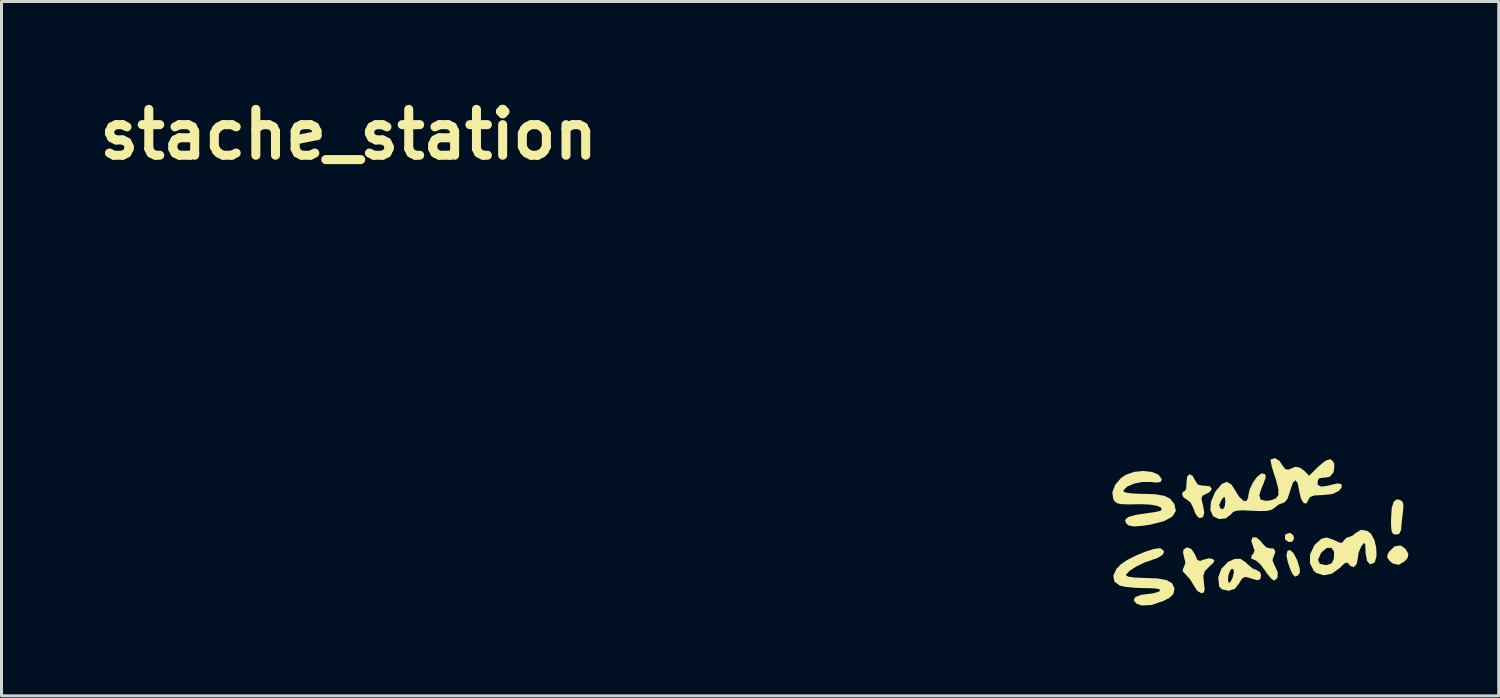
<source format=kicad_pcb>
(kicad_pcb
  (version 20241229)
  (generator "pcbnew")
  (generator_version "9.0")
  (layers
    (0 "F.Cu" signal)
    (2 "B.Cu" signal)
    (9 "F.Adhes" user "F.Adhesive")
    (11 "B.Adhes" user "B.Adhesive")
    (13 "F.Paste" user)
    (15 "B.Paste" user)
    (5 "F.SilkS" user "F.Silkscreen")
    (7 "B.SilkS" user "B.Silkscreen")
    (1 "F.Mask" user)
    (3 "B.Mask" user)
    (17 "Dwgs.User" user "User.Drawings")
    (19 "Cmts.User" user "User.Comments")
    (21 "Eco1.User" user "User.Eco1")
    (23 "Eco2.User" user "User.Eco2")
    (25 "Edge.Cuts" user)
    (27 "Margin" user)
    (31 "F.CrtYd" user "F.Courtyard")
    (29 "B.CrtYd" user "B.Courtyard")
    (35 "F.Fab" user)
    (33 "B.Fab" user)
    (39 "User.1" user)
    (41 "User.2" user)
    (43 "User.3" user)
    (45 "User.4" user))
  (footprint "stache_station"
    (layer "F.Cu")
    (at 8.534 1.418)
    (property "Reference" "stache_station" (at 0 0 0) (layer "F.SilkS") (effects (font (size 1.524 1.524) (thickness 0.3))))
    (attr board_only exclude_from_pos_files exclude_from_bom)
    (fp_poly (pts (xy 31.382 13.314) (xy 31.411 13.425) (xy 31.351 13.526) (xy 31.223 13.538) (xy 31.11 13.455) (xy 31.109 13.321) (xy 31.14 13.276) (xy 31.272 13.232)) (stroke (width 0) (type solid)) (fill yes) (layer "F.SilkS"))
    (fp_poly (pts (xy 35.11 13.765) (xy 35.208 13.937) (xy 35.182 14.068) (xy 35.088 14.176) (xy 34.886 14.298) (xy 34.685 14.252) (xy 34.589 14.172) (xy 34.499 14.048) (xy 34.53 13.921) (xy 34.571 13.854) (xy 34.751 13.683) (xy 34.946 13.652)) (stroke (width 0) (type solid)) (fill yes) (layer "F.SilkS"))
    (fp_poly (pts (xy 31.393 13.913) (xy 31.503 14.121) (xy 31.524 14.177) (xy 31.596 14.416) (xy 31.603 14.553) (xy 31.546 14.64) (xy 31.532 14.653) (xy 31.441 14.69) (xy 31.36 14.61) (xy 31.284 14.449) (xy 31.2 14.204) (xy 31.158 13.997) (xy 31.157 13.973) (xy 31.193 13.824) (xy 31.28 13.809)) (stroke (width 0) (type solid)) (fill yes) (layer "F.SilkS"))
    (fp_poly (pts (xy 34.928 12.139) (xy 35.016 12.204) (xy 35.044 12.336) (xy 35.021 12.585) (xy 35.021 12.586) (xy 34.988 12.858) (xy 34.969 13.08) (xy 34.967 13.135) (xy 34.902 13.268) (xy 34.798 13.293) (xy 34.702 13.273) (xy 34.651 13.19) (xy 34.632 13.002) (xy 34.63 12.806) (xy 34.651 12.429) (xy 34.714 12.205) (xy 34.824 12.122)) (stroke (width 0) (type solid)) (fill yes) (layer "F.SilkS"))
    (fp_poly (pts (xy 30.303 13.51) (xy 30.357 13.584) (xy 30.488 13.719) (xy 30.605 13.747) (xy 30.735 13.758) (xy 30.789 13.867) (xy 30.736 14.01) (xy 30.688 14.137) (xy 30.756 14.307) (xy 30.78 14.345) (xy 30.866 14.55) (xy 30.86 14.724) (xy 30.767 14.814) (xy 30.738 14.817) (xy 30.645 14.751) (xy 30.509 14.584) (xy 30.438 14.478) (xy 30.286 14.277) (xy 30.147 14.156) (xy 30.098 14.139) (xy 29.985 14.088) (xy 29.998 13.98) (xy 30.057 13.928) (xy 30.096 13.815) (xy 30.057 13.716) (xy 29.987 13.502) (xy 30.03 13.386) (xy 30.147 13.383)) (stroke (width 0) (type solid)) (fill yes) (layer "F.SilkS"))
    (fp_poly (pts (xy 27.995 13.77) (xy 28.112 13.942) (xy 28.122 13.969) (xy 28.198 14.137) (xy 28.287 14.17) (xy 28.378 14.132) (xy 28.574 14.082) (xy 28.687 14.097) (xy 28.763 14.148) (xy 28.727 14.23) (xy 28.595 14.354) (xy 28.444 14.509) (xy 28.394 14.667) (xy 28.415 14.899) (xy 28.439 15.12) (xy 28.408 15.219) (xy 28.33 15.24) (xy 28.2 15.169) (xy 28.091 15.007) (xy 27.956 14.782) (xy 27.818 14.631) (xy 27.704 14.503) (xy 27.73 14.401) (xy 27.743 14.387) (xy 27.8 14.226) (xy 27.764 14.079) (xy 27.721 13.896) (xy 27.733 13.794) (xy 27.853 13.714)) (stroke (width 0) (type solid)) (fill yes) (layer "F.SilkS"))
    (fp_poly (pts (xy 28.037 11.339) (xy 28.108 11.469) (xy 28.211 11.633) (xy 28.381 11.669) (xy 28.417 11.666) (xy 28.61 11.687) (xy 28.677 11.774) (xy 28.601 11.883) (xy 28.504 11.933) (xy 28.369 12) (xy 28.332 12.096) (xy 28.374 12.282) (xy 28.385 12.317) (xy 28.426 12.561) (xy 28.387 12.712) (xy 28.279 12.743) (xy 28.221 12.717) (xy 28.13 12.596) (xy 28.062 12.413) (xy 27.969 12.224) (xy 27.843 12.129) (xy 27.728 12.051) (xy 27.684 11.939) (xy 27.731 11.86) (xy 27.771 11.853) (xy 27.823 11.78) (xy 27.836 11.602) (xy 27.834 11.587) (xy 27.854 11.373) (xy 27.933 11.286)) (stroke (width 0) (type solid)) (fill yes) (layer "F.SilkS"))
    (fp_poly (pts (xy 29.798 14.21) (xy 29.849 14.263) (xy 30.02 14.409) (xy 30.17 14.477) (xy 30.18 14.478) (xy 30.287 14.549) (xy 30.311 14.647) (xy 30.286 14.777) (xy 30.187 14.809) (xy 29.98 14.751) (xy 29.936 14.734) (xy 29.778 14.697) (xy 29.674 14.762) (xy 29.59 14.904) (xy 29.446 15.093) (xy 29.252 15.155) (xy 29.217 15.155) (xy 29.012 15.111) (xy 28.923 15.021) (xy 28.898 14.8) (xy 29.212 14.8) (xy 29.24 14.896) (xy 29.255 14.901) (xy 29.316 14.833) (xy 29.372 14.711) (xy 29.41 14.538) (xy 29.389 14.435) (xy 29.324 14.441) (xy 29.285 14.49) (xy 29.229 14.639) (xy 29.212 14.8) (xy 28.898 14.8) (xy 28.889 14.72) (xy 28.993 14.431) (xy 29.207 14.204) (xy 29.428 14.103) (xy 29.623 14.097)) (stroke (width 0) (type solid)) (fill yes) (layer "F.SilkS"))
    (fp_poly (pts (xy 26.98 13.752) (xy 27.091 13.843) (xy 27.055 13.955) (xy 26.887 14.065) (xy 26.733 14.119) (xy 26.438 14.222) (xy 26.16 14.357) (xy 25.943 14.497) (xy 25.83 14.618) (xy 25.823 14.646) (xy 25.902 14.691) (xy 26.114 14.721) (xy 26.41 14.732) (xy 26.868 14.749) (xy 27.177 14.806) (xy 27.358 14.909) (xy 27.429 15.066) (xy 27.432 15.115) (xy 27.398 15.271) (xy 27.27 15.393) (xy 27.072 15.496) (xy 26.671 15.632) (xy 26.345 15.649) (xy 26.173 15.587) (xy 26.079 15.474) (xy 26.133 15.371) (xy 26.315 15.297) (xy 26.494 15.274) (xy 26.741 15.242) (xy 26.919 15.185) (xy 26.95 15.163) (xy 26.949 15.112) (xy 26.813 15.083) (xy 26.526 15.071) (xy 26.438 15.071) (xy 26.102 15.059) (xy 25.806 15.029) (xy 25.617 14.988) (xy 25.44 14.853) (xy 25.403 14.658) (xy 25.507 14.432) (xy 25.653 14.28) (xy 25.868 14.135) (xy 26.154 13.99) (xy 26.46 13.863) (xy 26.738 13.774) (xy 26.937 13.744)) (stroke (width 0) (type solid)) (fill yes) (layer "F.SilkS"))
    (fp_poly (pts (xy 26.687 11.212) (xy 26.902 11.301) (xy 27.005 11.439) (xy 27.009 11.474) (xy 26.971 11.548) (xy 26.833 11.565) (xy 26.642 11.546) (xy 26.367 11.545) (xy 26.093 11.601) (xy 25.87 11.696) (xy 25.748 11.814) (xy 25.739 11.856) (xy 25.817 11.896) (xy 26.026 11.925) (xy 26.326 11.938) (xy 26.379 11.938) (xy 26.808 11.953) (xy 27.103 12.006) (xy 27.299 12.108) (xy 27.428 12.269) (xy 27.433 12.279) (xy 27.482 12.505) (xy 27.366 12.695) (xy 27.085 12.847) (xy 26.641 12.961) (xy 26.37 13.002) (xy 26.086 13.023) (xy 25.916 12.99) (xy 25.835 12.926) (xy 25.792 12.807) (xy 25.891 12.712) (xy 26.142 12.639) (xy 26.491 12.587) (xy 26.754 12.55) (xy 26.941 12.51) (xy 26.997 12.486) (xy 27.002 12.406) (xy 26.868 12.339) (xy 26.626 12.296) (xy 26.306 12.283) (xy 26.289 12.284) (xy 25.919 12.29) (xy 25.681 12.283) (xy 25.54 12.254) (xy 25.458 12.198) (xy 25.4 12.108) (xy 25.371 11.89) (xy 25.464 11.643) (xy 25.655 11.417) (xy 25.821 11.304) (xy 26.103 11.208) (xy 26.406 11.179)) (stroke (width 0) (type solid)) (fill yes) (layer "F.SilkS"))
    (fp_poly (pts (xy 33.843 13.169) (xy 33.969 13.271) (xy 34.079 13.474) (xy 34.14 13.739) (xy 34.149 14.001) (xy 34.097 14.196) (xy 34.063 14.236) (xy 33.93 14.279) (xy 33.835 14.168) (xy 33.785 13.915) (xy 33.781 13.801) (xy 33.772 13.612) (xy 33.74 13.57) (xy 33.663 13.654) (xy 33.652 13.669) (xy 33.556 13.88) (xy 33.528 14.066) (xy 33.49 14.271) (xy 33.397 14.371) (xy 33.284 14.34) (xy 33.242 14.289) (xy 33.172 14.219) (xy 33.081 14.252) (xy 32.928 14.401) (xy 32.668 14.59) (xy 32.391 14.646) (xy 32.141 14.564) (xy 32.059 14.492) (xy 31.935 14.24) (xy 31.938 14.134) (xy 32.207 14.134) (xy 32.266 14.264) (xy 32.472 14.309) (xy 32.473 14.309) (xy 32.653 14.252) (xy 32.73 14.102) (xy 32.74 13.861) (xy 32.65 13.733) (xy 32.5 13.733) (xy 32.327 13.878) (xy 32.295 13.924) (xy 32.207 14.134) (xy 31.938 14.134) (xy 31.943 13.943) (xy 32.079 13.658) (xy 32.127 13.601) (xy 32.32 13.43) (xy 32.499 13.39) (xy 32.729 13.47) (xy 32.781 13.497) (xy 32.947 13.569) (xy 33.026 13.549) (xy 33.054 13.496) (xy 33.163 13.389) (xy 33.219 13.377) (xy 33.369 13.317) (xy 33.443 13.25) (xy 33.631 13.134)) (stroke (width 0) (type solid)) (fill yes) (layer "F.SilkS"))
    (fp_poly (pts (xy 30.925 10.844) (xy 31.005 10.968) (xy 31.114 11.115) (xy 31.215 11.137) (xy 31.399 11.062) (xy 31.447 11.042) (xy 31.589 11.061) (xy 31.739 11.165) (xy 31.911 11.337) (xy 32.21 11.037) (xy 32.452 10.836) (xy 32.622 10.786) (xy 32.725 10.888) (xy 32.751 10.997) (xy 32.724 11.219) (xy 32.6 11.37) (xy 32.418 11.403) (xy 32.407 11.4) (xy 32.25 11.42) (xy 32.199 11.485) (xy 32.193 11.639) (xy 32.317 11.701) (xy 32.557 11.665) (xy 32.619 11.645) (xy 32.861 11.59) (xy 32.99 11.622) (xy 32.988 11.729) (xy 32.9 11.84) (xy 32.683 11.947) (xy 32.344 11.98) (xy 32.081 11.993) (xy 31.943 12.043) (xy 31.887 12.137) (xy 31.817 12.262) (xy 31.727 12.245) (xy 31.642 12.107) (xy 31.584 11.872) (xy 31.581 11.847) (xy 31.529 11.584) (xy 31.459 11.488) (xy 31.377 11.559) (xy 31.291 11.797) (xy 31.277 11.853) (xy 31.187 12.113) (xy 31.083 12.231) (xy 31.058 12.236) (xy 30.903 12.293) (xy 30.781 12.387) (xy 30.669 12.466) (xy 30.508 12.506) (xy 30.253 12.512) (xy 30.02 12.501) (xy 29.694 12.487) (xy 29.494 12.499) (xy 29.378 12.545) (xy 29.309 12.625) (xy 29.141 12.753) (xy 28.918 12.777) (xy 28.722 12.686) (xy 28.719 12.683) (xy 28.627 12.48) (xy 28.639 12.312) (xy 28.92 12.312) (xy 28.964 12.425) (xy 29.046 12.446) (xy 29.103 12.373) (xy 29.123 12.213) (xy 29.113 12.056) (xy 29.072 12.051) (xy 28.998 12.141) (xy 28.92 12.312) (xy 28.639 12.312) (xy 28.648 12.203) (xy 28.776 11.9) (xy 28.811 11.845) (xy 29.008 11.61) (xy 29.178 11.539) (xy 29.331 11.631) (xy 29.429 11.785) (xy 29.586 12.037) (xy 29.728 12.171) (xy 29.835 12.177) (xy 29.886 12.046) (xy 29.888 12.002) (xy 29.933 11.791) (xy 30.044 11.561) (xy 30.186 11.367) (xy 30.324 11.265) (xy 30.352 11.261) (xy 30.453 11.29) (xy 30.467 11.395) (xy 30.392 11.605) (xy 30.337 11.724) (xy 30.254 11.982) (xy 30.301 12.131) (xy 30.48 12.174) (xy 30.641 12.152) (xy 30.807 12.089) (xy 30.888 11.975) (xy 30.887 11.779) (xy 30.808 11.474) (xy 30.745 11.283) (xy 30.668 11.032) (xy 30.63 10.852) (xy 30.634 10.796) (xy 30.775 10.752)) (stroke (width 0) (type solid)) (fill yes) (layer "F.SilkS")))
  (gr_rect
    (start -3 -3)
    (end 46.743 20.067)
    (stroke (width 0.1) (type default))
    (fill no)
    (layer "Edge.Cuts")))
</source>
